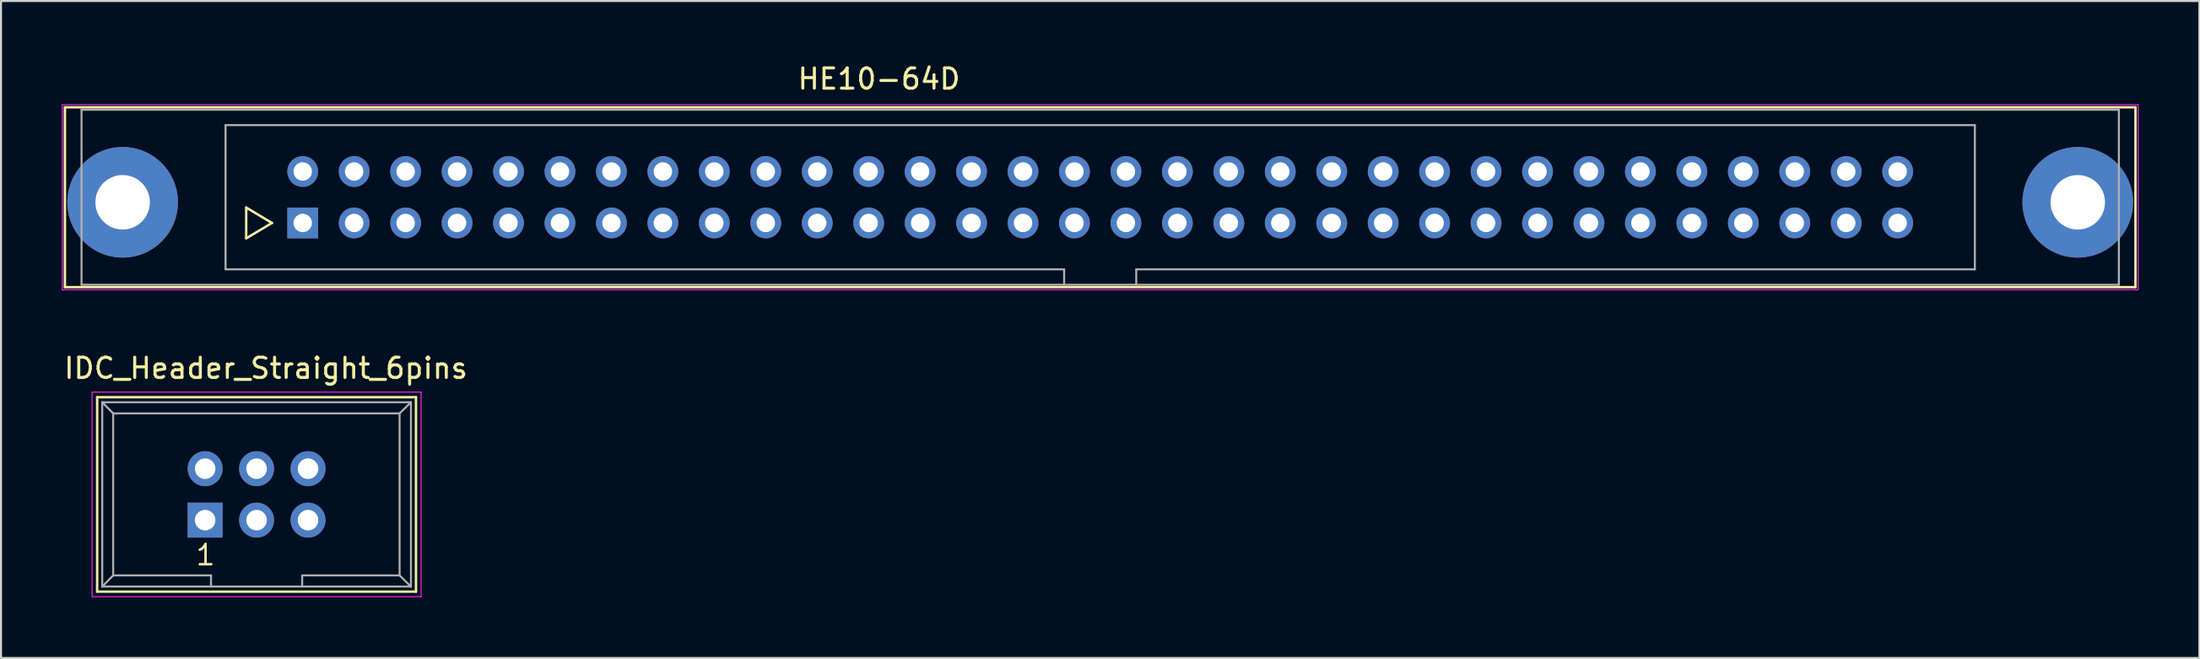
<source format=kicad_pcb>
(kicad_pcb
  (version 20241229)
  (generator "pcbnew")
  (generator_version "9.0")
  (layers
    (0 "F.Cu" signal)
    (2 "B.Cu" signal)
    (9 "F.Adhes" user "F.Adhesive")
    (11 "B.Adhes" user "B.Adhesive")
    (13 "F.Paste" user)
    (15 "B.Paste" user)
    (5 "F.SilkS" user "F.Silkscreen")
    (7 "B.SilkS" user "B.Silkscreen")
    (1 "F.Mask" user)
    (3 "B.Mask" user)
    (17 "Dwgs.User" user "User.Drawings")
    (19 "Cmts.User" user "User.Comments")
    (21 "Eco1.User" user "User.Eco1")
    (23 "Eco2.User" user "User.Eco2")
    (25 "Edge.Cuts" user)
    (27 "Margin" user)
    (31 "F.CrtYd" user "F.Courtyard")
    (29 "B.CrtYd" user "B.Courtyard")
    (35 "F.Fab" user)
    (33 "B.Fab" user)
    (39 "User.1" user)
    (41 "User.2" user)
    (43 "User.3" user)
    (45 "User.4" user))
  (footprint "IDC_Header_Straight_6pins"
    (layer "F.Cu")
    (at 7.077 22.631)
    (property "Reference" "IDC_Header_Straight_6pins" (at 3 -7.5 0) (layer "F.SilkS") (effects (font (size 1 1) (thickness 0.15))))
    (attr through_hole)
    (fp_line (start -5.33 -6.07) (end 10.41 -6.07) (stroke (width 0.12) (type solid)) (layer "F.SilkS"))
    (fp_line (start -5.33 3.53) (end -5.33 -6.07) (stroke (width 0.12) (type solid)) (layer "F.SilkS"))
    (fp_line (start 10.41 -6.07) (end 10.41 3.53) (stroke (width 0.12) (type solid)) (layer "F.SilkS"))
    (fp_line (start 10.41 3.53) (end -5.33 3.53) (stroke (width 0.12) (type solid)) (layer "F.SilkS"))
    (fp_line (start -5.58 -6.32) (end 10.66 -6.32) (stroke (width 0.05) (type solid)) (layer "F.CrtYd"))
    (fp_line (start -5.58 3.78) (end -5.58 -6.32) (stroke (width 0.05) (type solid)) (layer "F.CrtYd"))
    (fp_line (start 10.66 -6.32) (end 10.66 3.78) (stroke (width 0.05) (type solid)) (layer "F.CrtYd"))
    (fp_line (start 10.66 3.78) (end -5.58 3.78) (stroke (width 0.05) (type solid)) (layer "F.CrtYd"))
    (fp_line (start -5.08 -5.82) (end -5.08 3.28) (stroke (width 0.1) (type solid)) (layer "F.Fab"))
    (fp_line (start -5.08 -5.82) (end -4.54 -5.27) (stroke (width 0.1) (type solid)) (layer "F.Fab"))
    (fp_line (start -5.08 -5.82) (end 10.16 -5.82) (stroke (width 0.1) (type solid)) (layer "F.Fab"))
    (fp_line (start -5.08 3.28) (end -4.54 2.73) (stroke (width 0.1) (type solid)) (layer "F.Fab"))
    (fp_line (start -5.08 3.28) (end 10.16 3.28) (stroke (width 0.1) (type solid)) (layer "F.Fab"))
    (fp_line (start -4.54 -5.27) (end -4.54 2.73) (stroke (width 0.1) (type solid)) (layer "F.Fab"))
    (fp_line (start -4.54 -5.27) (end 9.6 -5.27) (stroke (width 0.1) (type solid)) (layer "F.Fab"))
    (fp_line (start -4.54 2.73) (end 0.29 2.73) (stroke (width 0.1) (type solid)) (layer "F.Fab"))
    (fp_line (start 0.29 2.73) (end 0.29 3.28) (stroke (width 0.1) (type solid)) (layer "F.Fab"))
    (fp_line (start 4.79 2.73) (end 4.79 3.28) (stroke (width 0.1) (type solid)) (layer "F.Fab"))
    (fp_line (start 4.79 2.73) (end 9.6 2.73) (stroke (width 0.1) (type solid)) (layer "F.Fab"))
    (fp_line (start 9.6 -5.27) (end 9.6 2.73) (stroke (width 0.1) (type solid)) (layer "F.Fab"))
    (fp_line (start 10.16 -5.82) (end 9.6 -5.27) (stroke (width 0.1) (type solid)) (layer "F.Fab"))
    (fp_line (start 10.16 -5.82) (end 10.16 3.28) (stroke (width 0.1) (type solid)) (layer "F.Fab"))
    (fp_line (start 10.16 3.28) (end 9.6 2.73) (stroke (width 0.1) (type solid)) (layer "F.Fab"))
    (fp_text user "1" (at 0.02 1.72 0) (layer "F.SilkS") (effects (font (size 1 1) (thickness 0.12))))
    (pad "1" thru_hole rect (at 0 0) (size 1.727 1.727) (drill 1.016) (layers "*.Cu" "*.Mask"))
    (pad "2" thru_hole oval (at 0 -2.54) (size 1.727 1.727) (drill 1.016) (layers "*.Cu" "*.Mask"))
    (pad "3" thru_hole oval (at 2.54 0) (size 1.727 1.727) (drill 1.016) (layers "*.Cu" "*.Mask"))
    (pad "4" thru_hole oval (at 2.54 -2.54) (size 1.727 1.727) (drill 1.016) (layers "*.Cu" "*.Mask"))
    (pad "5" thru_hole oval (at 5.08 0) (size 1.727 1.727) (drill 1.016) (layers "*.Cu" "*.Mask"))
    (pad "6" thru_hole oval (at 5.08 -2.54) (size 1.727 1.727) (drill 1.016) (layers "*.Cu" "*.Mask")))
  (footprint "HE10-64D"
    (layer "F.Cu")
    (at 11.895 7.958)
    (property "Reference" "HE10-64D" (at 28.45 -7.11 0) (layer "F.SilkS") (effects (font (size 1 1) (thickness 0.15))))
    (attr through_hole)
    (fp_line (start -11.74 -5.71) (end -11.74 3.17) (stroke (width 0.12) (type solid)) (layer "F.SilkS"))
    (fp_line (start -11.74 -5.71) (end 90.48 -5.71) (stroke (width 0.12) (type solid)) (layer "F.SilkS"))
    (fp_line (start -2.79 -0.76) (end -2.79 0.76) (stroke (width 0.12) (type solid)) (layer "F.SilkS"))
    (fp_line (start -2.79 0.76) (end -1.52 0) (stroke (width 0.12) (type solid)) (layer "F.SilkS"))
    (fp_line (start -1.52 0) (end -2.79 -0.76) (stroke (width 0.12) (type solid)) (layer "F.SilkS"))
    (fp_line (start 90.48 3.17) (end -11.74 3.17) (stroke (width 0.12) (type solid)) (layer "F.SilkS"))
    (fp_line (start 90.48 3.17) (end 90.48 -5.71) (stroke (width 0.12) (type solid)) (layer "F.SilkS"))
    (fp_line (start -11.87 -5.84) (end -11.87 3.3) (stroke (width 0.05) (type solid)) (layer "F.CrtYd"))
    (fp_line (start -11.87 -5.84) (end 90.61 -5.84) (stroke (width 0.05) (type solid)) (layer "F.CrtYd"))
    (fp_line (start 90.61 3.3) (end -11.87 3.3) (stroke (width 0.05) (type solid)) (layer "F.CrtYd"))
    (fp_line (start 90.61 3.3) (end 90.61 -5.84) (stroke (width 0.05) (type solid)) (layer "F.CrtYd"))
    (fp_line (start -10.92 -5.59) (end -10.92 3.05) (stroke (width 0.1) (type solid)) (layer "F.Fab"))
    (fp_line (start -10.92 3.05) (end 89.66 3.05) (stroke (width 0.1) (type solid)) (layer "F.Fab"))
    (fp_line (start -3.81 -4.83) (end 82.55 -4.83) (stroke (width 0.1) (type solid)) (layer "F.Fab"))
    (fp_line (start -3.81 2.29) (end -3.81 -4.83) (stroke (width 0.1) (type solid)) (layer "F.Fab"))
    (fp_line (start 37.59 2.29) (end -3.81 2.29) (stroke (width 0.1) (type solid)) (layer "F.Fab"))
    (fp_line (start 37.59 3.05) (end 37.59 2.29) (stroke (width 0.1) (type solid)) (layer "F.Fab"))
    (fp_line (start 41.15 2.29) (end 41.15 3.05) (stroke (width 0.1) (type solid)) (layer "F.Fab"))
    (fp_line (start 82.55 -4.83) (end 82.55 2.29) (stroke (width 0.1) (type solid)) (layer "F.Fab"))
    (fp_line (start 82.55 2.29) (end 41.15 2.29) (stroke (width 0.1) (type solid)) (layer "F.Fab"))
    (fp_line (start 89.66 -5.59) (end -10.92 -5.59) (stroke (width 0.1) (type solid)) (layer "F.Fab"))
    (fp_line (start 89.66 3.05) (end 89.66 -5.59) (stroke (width 0.1) (type solid)) (layer "F.Fab"))
    (pad "" thru_hole circle (at -8.89 -1.02) (size 5.46 5.46) (drill 2.69) (layers "*.Cu" "*.Mask"))
    (pad "" thru_hole circle (at 87.63 -1.02) (size 5.46 5.46) (drill 2.69) (layers "*.Cu" "*.Mask"))
    (pad "1" thru_hole rect (at 0 0) (size 1.52 1.52) (drill 0.91) (layers "*.Cu" "*.Mask"))
    (pad "2" thru_hole circle (at 0 -2.54) (size 1.52 1.52) (drill 0.91) (layers "*.Cu" "*.Mask"))
    (pad "3" thru_hole circle (at 2.54 0) (size 1.52 1.52) (drill 0.91) (layers "*.Cu" "*.Mask"))
    (pad "4" thru_hole circle (at 2.54 -2.54) (size 1.52 1.52) (drill 0.91) (layers "*.Cu" "*.Mask"))
    (pad "5" thru_hole circle (at 5.08 0) (size 1.52 1.52) (drill 0.91) (layers "*.Cu" "*.Mask"))
    (pad "6" thru_hole circle (at 5.08 -2.54) (size 1.52 1.52) (drill 0.91) (layers "*.Cu" "*.Mask"))
    (pad "7" thru_hole circle (at 7.62 0) (size 1.52 1.52) (drill 0.91) (layers "*.Cu" "*.Mask"))
    (pad "8" thru_hole circle (at 7.62 -2.54) (size 1.52 1.52) (drill 0.91) (layers "*.Cu" "*.Mask"))
    (pad "9" thru_hole circle (at 10.16 0) (size 1.52 1.52) (drill 0.91) (layers "*.Cu" "*.Mask"))
    (pad "10" thru_hole circle (at 10.16 -2.54) (size 1.52 1.52) (drill 0.91) (layers "*.Cu" "*.Mask"))
    (pad "11" thru_hole circle (at 12.7 0) (size 1.52 1.52) (drill 0.91) (layers "*.Cu" "*.Mask"))
    (pad "12" thru_hole circle (at 12.7 -2.54) (size 1.52 1.52) (drill 0.91) (layers "*.Cu" "*.Mask"))
    (pad "13" thru_hole circle (at 15.24 0) (size 1.52 1.52) (drill 0.91) (layers "*.Cu" "*.Mask"))
    (pad "14" thru_hole circle (at 15.24 -2.54) (size 1.52 1.52) (drill 0.91) (layers "*.Cu" "*.Mask"))
    (pad "15" thru_hole circle (at 17.78 0) (size 1.52 1.52) (drill 0.91) (layers "*.Cu" "*.Mask"))
    (pad "16" thru_hole circle (at 17.78 -2.54) (size 1.52 1.52) (drill 0.91) (layers "*.Cu" "*.Mask"))
    (pad "17" thru_hole circle (at 20.32 0) (size 1.52 1.52) (drill 0.91) (layers "*.Cu" "*.Mask"))
    (pad "18" thru_hole circle (at 20.32 -2.54) (size 1.52 1.52) (drill 0.91) (layers "*.Cu" "*.Mask"))
    (pad "19" thru_hole circle (at 22.86 0) (size 1.52 1.52) (drill 0.91) (layers "*.Cu" "*.Mask"))
    (pad "20" thru_hole circle (at 22.86 -2.54) (size 1.52 1.52) (drill 0.91) (layers "*.Cu" "*.Mask"))
    (pad "21" thru_hole circle (at 25.4 0) (size 1.52 1.52) (drill 0.91) (layers "*.Cu" "*.Mask"))
    (pad "22" thru_hole circle (at 25.4 -2.54) (size 1.52 1.52) (drill 0.91) (layers "*.Cu" "*.Mask"))
    (pad "23" thru_hole circle (at 27.94 0) (size 1.52 1.52) (drill 0.91) (layers "*.Cu" "*.Mask"))
    (pad "24" thru_hole circle (at 27.94 -2.54) (size 1.52 1.52) (drill 0.91) (layers "*.Cu" "*.Mask"))
    (pad "25" thru_hole circle (at 30.48 0) (size 1.52 1.52) (drill 0.91) (layers "*.Cu" "*.Mask"))
    (pad "26" thru_hole circle (at 30.48 -2.54) (size 1.52 1.52) (drill 0.91) (layers "*.Cu" "*.Mask"))
    (pad "27" thru_hole circle (at 33.02 0) (size 1.52 1.52) (drill 0.91) (layers "*.Cu" "*.Mask"))
    (pad "28" thru_hole circle (at 33.02 -2.54) (size 1.52 1.52) (drill 0.91) (layers "*.Cu" "*.Mask"))
    (pad "29" thru_hole circle (at 35.56 0) (size 1.52 1.52) (drill 0.91) (layers "*.Cu" "*.Mask"))
    (pad "30" thru_hole circle (at 35.56 -2.54) (size 1.52 1.52) (drill 0.91) (layers "*.Cu" "*.Mask"))
    (pad "31" thru_hole circle (at 38.1 0) (size 1.52 1.52) (drill 0.91) (layers "*.Cu" "*.Mask"))
    (pad "32" thru_hole circle (at 38.1 -2.54) (size 1.52 1.52) (drill 0.91) (layers "*.Cu" "*.Mask"))
    (pad "33" thru_hole circle (at 40.64 0) (size 1.52 1.52) (drill 0.91) (layers "*.Cu" "*.Mask"))
    (pad "34" thru_hole circle (at 40.64 -2.54) (size 1.52 1.52) (drill 0.91) (layers "*.Cu" "*.Mask"))
    (pad "35" thru_hole circle (at 43.18 0) (size 1.52 1.52) (drill 0.91) (layers "*.Cu" "*.Mask"))
    (pad "36" thru_hole circle (at 43.18 -2.54) (size 1.52 1.52) (drill 0.91) (layers "*.Cu" "*.Mask"))
    (pad "37" thru_hole circle (at 45.72 0) (size 1.52 1.52) (drill 0.91) (layers "*.Cu" "*.Mask"))
    (pad "38" thru_hole circle (at 45.72 -2.54) (size 1.52 1.52) (drill 0.91) (layers "*.Cu" "*.Mask"))
    (pad "39" thru_hole circle (at 48.26 0) (size 1.52 1.52) (drill 0.91) (layers "*.Cu" "*.Mask"))
    (pad "40" thru_hole circle (at 48.26 -2.54) (size 1.52 1.52) (drill 0.91) (layers "*.Cu" "*.Mask"))
    (pad "41" thru_hole circle (at 50.8 0) (size 1.52 1.52) (drill 0.91) (layers "*.Cu" "*.Mask"))
    (pad "42" thru_hole circle (at 50.8 -2.54) (size 1.52 1.52) (drill 0.91) (layers "*.Cu" "*.Mask"))
    (pad "43" thru_hole circle (at 53.34 0) (size 1.52 1.52) (drill 0.91) (layers "*.Cu" "*.Mask"))
    (pad "44" thru_hole circle (at 53.34 -2.54) (size 1.52 1.52) (drill 0.91) (layers "*.Cu" "*.Mask"))
    (pad "45" thru_hole circle (at 55.88 0) (size 1.52 1.52) (drill 0.91) (layers "*.Cu" "*.Mask"))
    (pad "46" thru_hole circle (at 55.88 -2.54) (size 1.52 1.52) (drill 0.91) (layers "*.Cu" "*.Mask"))
    (pad "47" thru_hole circle (at 58.42 0) (size 1.52 1.52) (drill 0.91) (layers "*.Cu" "*.Mask"))
    (pad "48" thru_hole circle (at 58.42 -2.54) (size 1.52 1.52) (drill 0.91) (layers "*.Cu" "*.Mask"))
    (pad "49" thru_hole circle (at 60.96 0) (size 1.52 1.52) (drill 0.91) (layers "*.Cu" "*.Mask"))
    (pad "50" thru_hole circle (at 60.96 -2.54) (size 1.52 1.52) (drill 0.91) (layers "*.Cu" "*.Mask"))
    (pad "51" thru_hole circle (at 63.5 0) (size 1.52 1.52) (drill 0.91) (layers "*.Cu" "*.Mask"))
    (pad "52" thru_hole circle (at 63.5 -2.54) (size 1.52 1.52) (drill 0.91) (layers "*.Cu" "*.Mask"))
    (pad "53" thru_hole circle (at 66.04 0) (size 1.52 1.52) (drill 0.91) (layers "*.Cu" "*.Mask"))
    (pad "54" thru_hole circle (at 66.04 -2.54) (size 1.52 1.52) (drill 0.91) (layers "*.Cu" "*.Mask"))
    (pad "55" thru_hole circle (at 68.58 0) (size 1.52 1.52) (drill 0.91) (layers "*.Cu" "*.Mask"))
    (pad "56" thru_hole circle (at 68.58 -2.54) (size 1.52 1.52) (drill 0.91) (layers "*.Cu" "*.Mask"))
    (pad "57" thru_hole circle (at 71.12 0) (size 1.52 1.52) (drill 0.91) (layers "*.Cu" "*.Mask"))
    (pad "58" thru_hole circle (at 71.12 -2.54) (size 1.52 1.52) (drill 0.91) (layers "*.Cu" "*.Mask"))
    (pad "59" thru_hole circle (at 73.66 0) (size 1.52 1.52) (drill 0.91) (layers "*.Cu" "*.Mask"))
    (pad "60" thru_hole circle (at 73.66 -2.54) (size 1.52 1.52) (drill 0.91) (layers "*.Cu" "*.Mask"))
    (pad "61" thru_hole circle (at 76.2 0) (size 1.52 1.52) (drill 0.91) (layers "*.Cu" "*.Mask"))
    (pad "62" thru_hole circle (at 76.2 -2.54) (size 1.52 1.52) (drill 0.91) (layers "*.Cu" "*.Mask"))
    (pad "63" thru_hole circle (at 78.74 0) (size 1.52 1.52) (drill 0.91) (layers "*.Cu" "*.Mask"))
    (pad "64" thru_hole circle (at 78.74 -2.54) (size 1.52 1.52) (drill 0.91) (layers "*.Cu" "*.Mask")))
  (gr_rect
    (start -3 -3)
    (end 105.53 29.436)
    (stroke (width 0.1) (type default))
    (fill no)
    (layer "Edge.Cuts")))
</source>
